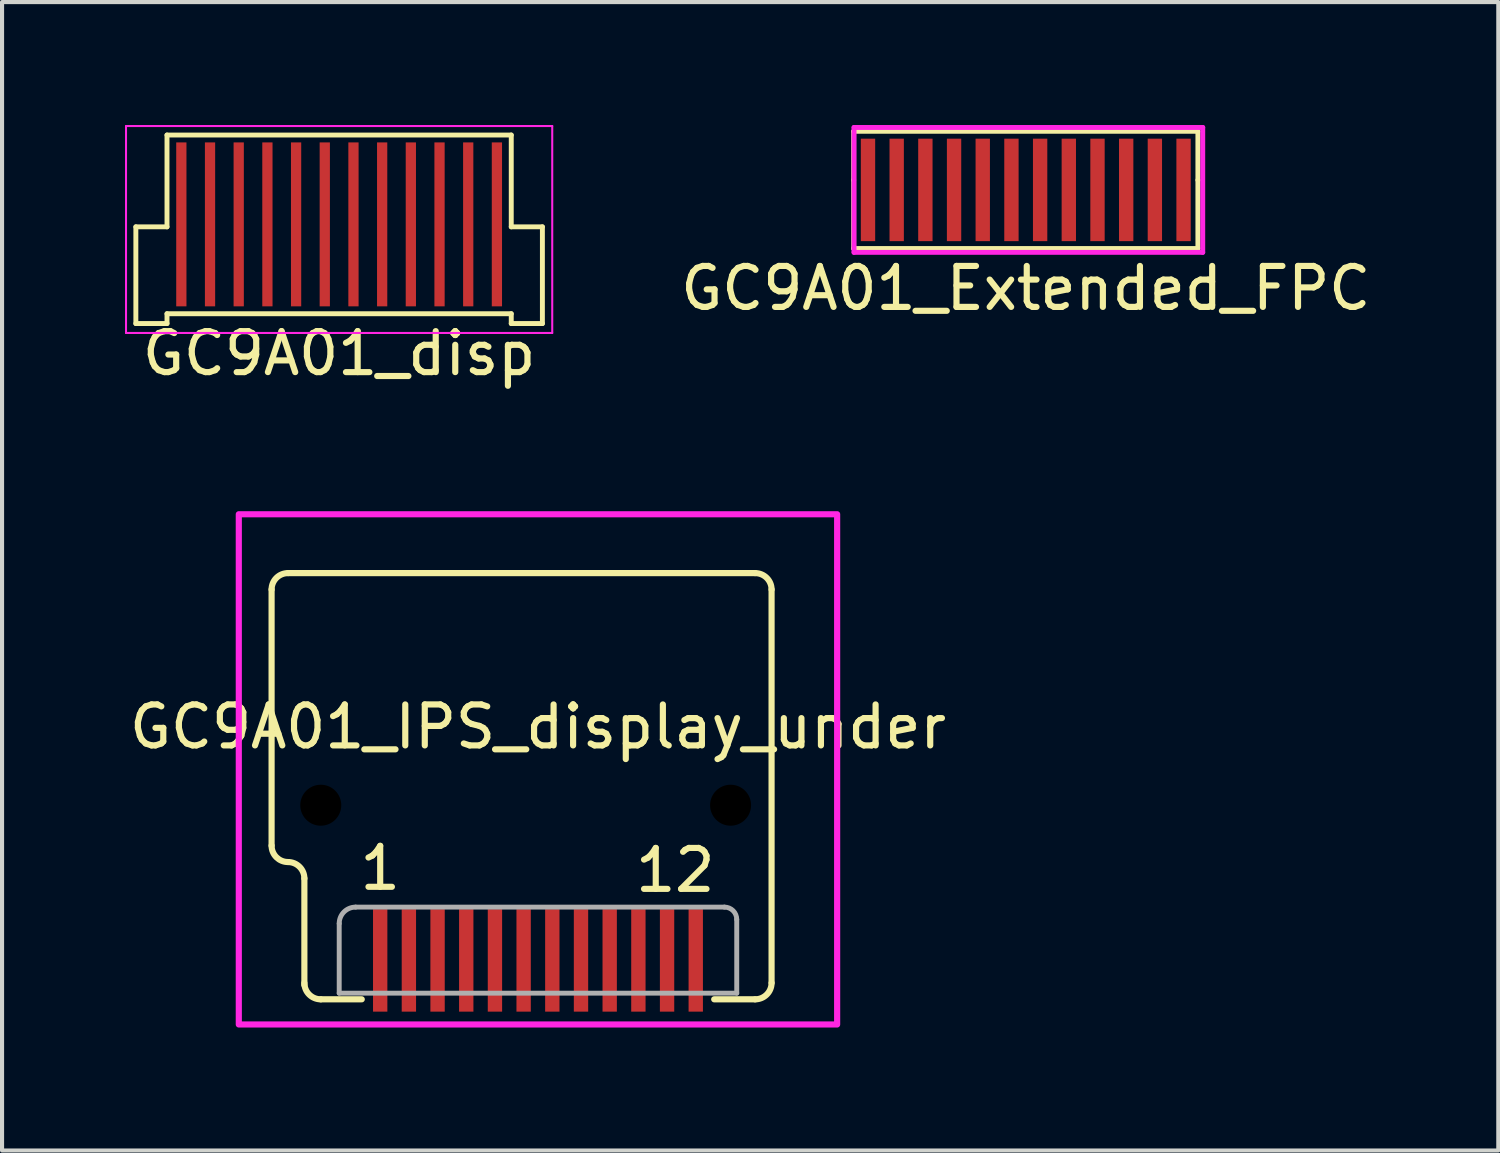
<source format=kicad_pcb>
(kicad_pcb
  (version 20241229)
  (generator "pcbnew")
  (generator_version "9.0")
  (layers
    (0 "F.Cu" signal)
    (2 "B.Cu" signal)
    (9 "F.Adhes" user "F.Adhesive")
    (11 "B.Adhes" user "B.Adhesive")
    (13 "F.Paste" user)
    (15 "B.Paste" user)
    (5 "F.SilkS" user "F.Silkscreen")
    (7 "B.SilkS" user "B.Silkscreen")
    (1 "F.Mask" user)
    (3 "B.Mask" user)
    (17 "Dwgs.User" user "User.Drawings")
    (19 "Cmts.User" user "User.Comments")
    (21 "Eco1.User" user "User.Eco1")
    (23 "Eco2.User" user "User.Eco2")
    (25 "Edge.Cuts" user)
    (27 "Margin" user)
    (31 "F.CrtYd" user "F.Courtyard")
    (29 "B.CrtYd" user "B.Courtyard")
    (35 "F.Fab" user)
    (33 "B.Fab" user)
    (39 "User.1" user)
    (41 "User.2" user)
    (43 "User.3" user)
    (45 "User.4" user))
  (footprint "GC9A01_IPS_display_under"
    (layer "F.Cu")
    (at 10.077 11.198)
    (property "Reference" "GC9A01_IPS_display_under" (at 0 3.486 0) (layer "F.SilkS") (effects (font (size 1 1) (thickness 0.15))))
    (attr through_hole)
    (fp_line (start -6.5 0.137) (end -6.5 6.386) (stroke (width 0.15) (type solid)) (layer "F.SilkS"))
    (fp_line (start -6.1 -0.264) (end 5.3 -0.264) (stroke (width 0.15) (type solid)) (layer "F.SilkS"))
    (fp_line (start -5.7 7.186) (end -5.7 9.787) (stroke (width 0.15) (type solid)) (layer "F.SilkS"))
    (fp_line (start -4.3 10.136) (end -5.3 10.136) (stroke (width 0.15) (type solid)) (layer "F.SilkS"))
    (fp_line (start 5.3 10.136) (end 4.3 10.136) (stroke (width 0.15) (type solid)) (layer "F.SilkS"))
    (fp_line (start 5.7 0.137) (end 5.7 9.736) (stroke (width 0.15) (type solid)) (layer "F.SilkS"))
    (fp_arc (start -6.5 0.1365) (mid -6.382843 -0.146343) (end -6.1 -0.2635) (stroke (width 0.15) (type solid)) (layer "F.SilkS"))
    (fp_arc (start -6.1 6.7865) (mid -6.382843 6.669343) (end -6.5 6.3865) (stroke (width 0.15) (type solid)) (layer "F.SilkS"))
    (fp_arc (start -6.1 6.7865) (mid -5.817157 6.903657) (end -5.7 7.1865) (stroke (width 0.15) (type solid)) (layer "F.SilkS"))
    (fp_arc (start -5.3 10.1365) (mid -5.582843 10.019343) (end -5.7 9.7365) (stroke (width 0.15) (type solid)) (layer "F.SilkS"))
    (fp_arc (start 5.3 -0.2635) (mid 5.582843 -0.146343) (end 5.7 0.1365) (stroke (width 0.15) (type solid)) (layer "F.SilkS"))
    (fp_arc (start 5.7 9.7365) (mid 5.582843 10.019343) (end 5.3 10.1365) (stroke (width 0.15) (type solid)) (layer "F.SilkS"))
    (fp_rect (start -7.3 -1.7) (end 7.3 10.75) (stroke (width 0.15) (type solid)) (fill no) (layer "F.CrtYd"))
    (fp_line (start -4.85 9.986) (end -4.85 8.287) (stroke (width 0.12) (type solid)) (layer "F.Fab"))
    (fp_line (start 4.55 7.886) (end -4.45 7.886) (stroke (width 0.12) (type solid)) (layer "F.Fab"))
    (fp_line (start 4.85 9.986) (end -4.85 9.986) (stroke (width 0.12) (type solid)) (layer "F.Fab"))
    (fp_line (start 4.85 9.986) (end 4.85 8.187) (stroke (width 0.12) (type solid)) (layer "F.Fab"))
    (fp_arc (start -4.85 8.2865) (mid -4.732843 8.003657) (end -4.45 7.8865) (stroke (width 0.12) (type solid)) (layer "F.Fab"))
    (fp_arc (start 4.55 7.8865) (mid 4.762132 7.974368) (end 4.85 8.1865) (stroke (width 0.12) (type solid)) (layer "F.Fab"))
    (fp_text user "12" (at 3.35 6.987 0) (layer "F.SilkS") (effects (font (size 1 1) (thickness 0.15))))
    (fp_text user "1" (at -3.85 6.936 0) (layer "F.SilkS") (effects (font (size 1 1) (thickness 0.15))))
    (pad "" np_thru_hole circle (at -5.3 5.4) (size 1 1) (drill 1) (layers "*.Mask"))
    (pad "" np_thru_hole circle (at 4.7 5.4) (size 1 1) (drill 1) (layers "*.Mask"))
    (pad "1" smd rect (at -3.85 9.187) (size 0.35 2.5) (layers "F.Cu" "F.Mask" "F.Paste"))
    (pad "2" smd rect (at -3.15 9.187) (size 0.35 2.5) (layers "F.Cu" "F.Mask" "F.Paste"))
    (pad "3" smd rect (at -2.45 9.187) (size 0.35 2.5) (layers "F.Cu" "F.Mask" "F.Paste"))
    (pad "4" smd rect (at -1.75 9.187) (size 0.35 2.5) (layers "F.Cu" "F.Mask" "F.Paste"))
    (pad "5" smd rect (at -1.05 9.187) (size 0.35 2.5) (layers "F.Cu" "F.Mask" "F.Paste"))
    (pad "6" smd rect (at -0.35 9.187) (size 0.35 2.5) (layers "F.Cu" "F.Mask" "F.Paste"))
    (pad "7" smd rect (at 0.35 9.187) (size 0.35 2.5) (layers "F.Cu" "F.Mask" "F.Paste"))
    (pad "8" smd rect (at 1.05 9.187) (size 0.35 2.5) (layers "F.Cu" "F.Mask" "F.Paste"))
    (pad "9" smd rect (at 1.75 9.187) (size 0.35 2.5) (layers "F.Cu" "F.Mask" "F.Paste"))
    (pad "10" smd rect (at 2.45 9.187) (size 0.35 2.5) (layers "F.Cu" "F.Mask" "F.Paste"))
    (pad "11" smd rect (at 3.15 9.187) (size 0.35 2.5) (layers "F.Cu" "F.Mask" "F.Paste"))
    (pad "12" smd rect (at 3.85 9.187) (size 0.35 2.5) (layers "F.Cu" "F.Mask" "F.Paste")))
  (footprint "GC9A01_disp"
    (layer "F.Cu")
    (at 5.225 2.425)
    (property "Reference" "GC9A01_disp" (at 0 3.15 0) (layer "F.SilkS") (effects (font (size 1 1) (thickness 0.15))))
    (attr smd)
    (fp_line (start -4.96 0.06) (end -4.2 0.06) (stroke (width 0.12) (type solid)) (layer "F.SilkS"))
    (fp_line (start -4.96 2.42) (end -4.96 0.06) (stroke (width 0.12) (type solid)) (layer "F.SilkS"))
    (fp_line (start -4.2 -2.18) (end 4.2 -2.18) (stroke (width 0.12) (type solid)) (layer "F.SilkS"))
    (fp_line (start -4.2 0.06) (end -4.2 -2.18) (stroke (width 0.12) (type solid)) (layer "F.SilkS"))
    (fp_line (start -4.2 2.18) (end -4.2 2.42) (stroke (width 0.12) (type solid)) (layer "F.SilkS"))
    (fp_line (start -4.2 2.18) (end 4.2 2.18) (stroke (width 0.12) (type solid)) (layer "F.SilkS"))
    (fp_line (start -4.2 2.42) (end -4.96 2.42) (stroke (width 0.12) (type solid)) (layer "F.SilkS"))
    (fp_line (start 4.2 0.06) (end 4.2 -2.18) (stroke (width 0.12) (type solid)) (layer "F.SilkS"))
    (fp_line (start 4.2 2.18) (end 4.2 2.42) (stroke (width 0.12) (type solid)) (layer "F.SilkS"))
    (fp_line (start 4.2 2.42) (end 4.96 2.42) (stroke (width 0.12) (type solid)) (layer "F.SilkS"))
    (fp_line (start 4.96 0.06) (end 4.2 0.06) (stroke (width 0.12) (type solid)) (layer "F.SilkS"))
    (fp_line (start 4.96 2.42) (end 4.96 0.06) (stroke (width 0.12) (type solid)) (layer "F.SilkS"))
    (fp_line (start -5.2 -2.4) (end -5.2 2.65) (stroke (width 0.05) (type solid)) (layer "F.CrtYd"))
    (fp_line (start -5.2 -2.4) (end 5.2 -2.4) (stroke (width 0.05) (type solid)) (layer "F.CrtYd"))
    (fp_line (start -5.2 2.65) (end 5.2 2.65) (stroke (width 0.05) (type solid)) (layer "F.CrtYd"))
    (fp_line (start 5.2 -2.4) (end 5.2 2.65) (stroke (width 0.05) (type solid)) (layer "F.CrtYd"))
    (pad "1" smd rect (at -3.85 0) (size 0.25 4) (layers "F.Cu" "F.Mask" "F.Paste"))
    (pad "2" smd rect (at -3.15 0) (size 0.25 4) (layers "F.Cu" "F.Mask" "F.Paste"))
    (pad "3" smd rect (at -2.45 0) (size 0.25 4) (layers "F.Cu" "F.Mask" "F.Paste"))
    (pad "4" smd rect (at -1.75 0) (size 0.25 4) (layers "F.Cu" "F.Mask" "F.Paste"))
    (pad "5" smd rect (at -1.05 0) (size 0.25 4) (layers "F.Cu" "F.Mask" "F.Paste"))
    (pad "6" smd rect (at -0.35 0) (size 0.25 4) (layers "F.Cu" "F.Mask" "F.Paste"))
    (pad "7" smd rect (at 0.35 0) (size 0.25 4) (layers "F.Cu" "F.Mask" "F.Paste"))
    (pad "8" smd rect (at 1.05 0) (size 0.25 4) (layers "F.Cu" "F.Mask" "F.Paste"))
    (pad "9" smd rect (at 1.75 0) (size 0.25 4) (layers "F.Cu" "F.Mask" "F.Paste"))
    (pad "10" smd rect (at 2.45 0) (size 0.25 4) (layers "F.Cu" "F.Mask" "F.Paste"))
    (pad "11" smd rect (at 3.15 0) (size 0.25 4) (layers "F.Cu" "F.Mask" "F.Paste"))
    (pad "12" smd rect (at 3.85 0) (size 0.25 4) (layers "F.Cu" "F.Mask" "F.Paste")))
  (footprint "GC9A01_Extended_FPC"
    (layer "F.Cu")
    (at 21.98 1.584)
    (property "Reference" "GC9A01_Extended_FPC" (at 0 2.4 0) (layer "F.SilkS") (effects (font (size 1 1) (thickness 0.15))))
    (attr smd)
    (fp_line (start -4.2 -1.43) (end 4.2 -1.43) (stroke (width 0.12) (type solid)) (layer "F.SilkS"))
    (fp_line (start -4.2 -0.24) (end -4.2 -1.43) (stroke (width 0.12) (type solid)) (layer "F.SilkS"))
    (fp_line (start -4.2 -0.24) (end -4.2 1.43) (stroke (width 0.12) (type solid)) (layer "F.SilkS"))
    (fp_line (start -4.2 1.43) (end 4.2 1.43) (stroke (width 0.12) (type solid)) (layer "F.SilkS"))
    (fp_line (start 4.2 -0.24) (end 4.2 -1.43) (stroke (width 0.12) (type solid)) (layer "F.SilkS"))
    (fp_line (start 4.2 -0.24) (end 4.2 1.43) (stroke (width 0.12) (type solid)) (layer "F.SilkS"))
    (fp_line (start -4.191 -1.524) (end -4.191 1.524) (stroke (width 0.12) (type solid)) (layer "F.CrtYd"))
    (fp_line (start -4.191 1.524) (end 4.318 1.524) (stroke (width 0.12) (type solid)) (layer "F.CrtYd"))
    (fp_line (start 4.318 -1.524) (end -4.191 -1.524) (stroke (width 0.12) (type solid)) (layer "F.CrtYd"))
    (fp_line (start 4.318 1.524) (end 4.318 -1.524) (stroke (width 0.12) (type solid)) (layer "F.CrtYd"))
    (pad "1" smd rect (at -3.85 0) (size 0.35 2.5) (layers "F.Cu" "F.Mask" "F.Paste"))
    (pad "2" smd rect (at -3.15 0) (size 0.35 2.5) (layers "F.Cu" "F.Mask" "F.Paste"))
    (pad "3" smd rect (at -2.45 0) (size 0.35 2.5) (layers "F.Cu" "F.Mask" "F.Paste"))
    (pad "4" smd rect (at -1.75 0) (size 0.35 2.5) (layers "F.Cu" "F.Mask" "F.Paste"))
    (pad "5" smd rect (at -1.05 0) (size 0.35 2.5) (layers "F.Cu" "F.Mask" "F.Paste"))
    (pad "6" smd rect (at -0.35 0) (size 0.35 2.5) (layers "F.Cu" "F.Mask" "F.Paste"))
    (pad "7" smd rect (at 0.35 0) (size 0.35 2.5) (layers "F.Cu" "F.Mask" "F.Paste"))
    (pad "8" smd rect (at 1.05 0) (size 0.35 2.5) (layers "F.Cu" "F.Mask" "F.Paste"))
    (pad "9" smd rect (at 1.75 0) (size 0.35 2.5) (layers "F.Cu" "F.Mask" "F.Paste"))
    (pad "10" smd rect (at 2.45 0) (size 0.35 2.5) (layers "F.Cu" "F.Mask" "F.Paste"))
    (pad "11" smd rect (at 3.15 0) (size 0.35 2.5) (layers "F.Cu" "F.Mask" "F.Paste"))
    (pad "12" smd rect (at 3.85 0) (size 0.35 2.5) (layers "F.Cu" "F.Mask" "F.Paste")))
  (gr_rect
    (start -3 -3)
    (end 33.51 25.023)
    (stroke (width 0.1) (type default))
    (fill no)
    (layer "Edge.Cuts")))
</source>
